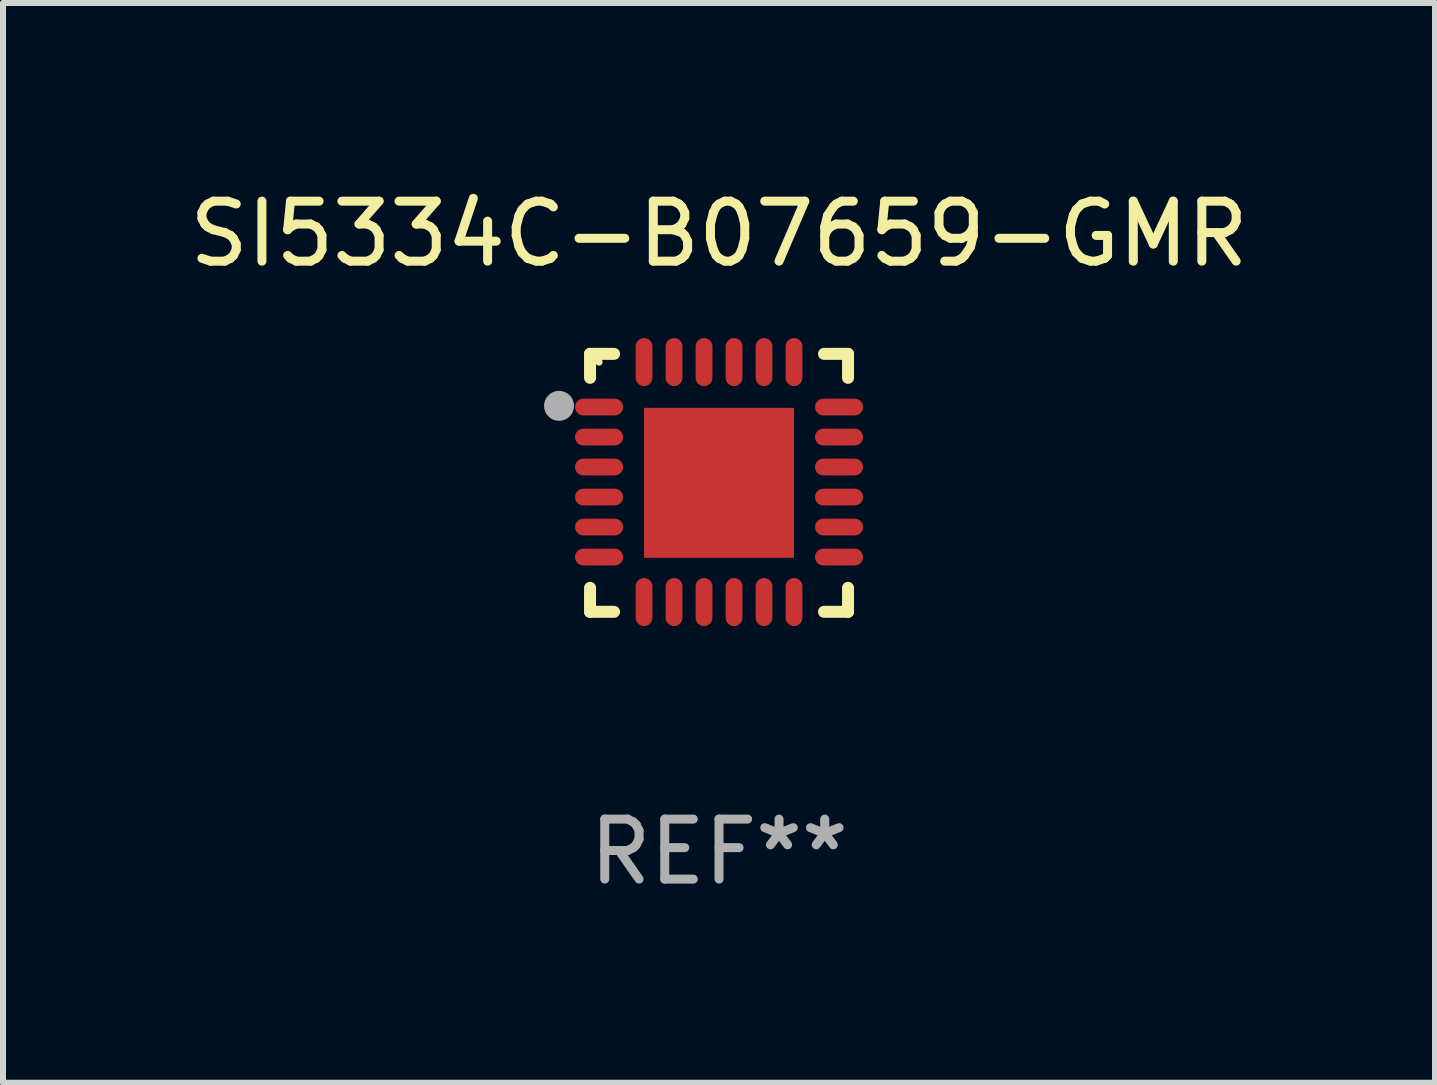
<source format=kicad_pcb>
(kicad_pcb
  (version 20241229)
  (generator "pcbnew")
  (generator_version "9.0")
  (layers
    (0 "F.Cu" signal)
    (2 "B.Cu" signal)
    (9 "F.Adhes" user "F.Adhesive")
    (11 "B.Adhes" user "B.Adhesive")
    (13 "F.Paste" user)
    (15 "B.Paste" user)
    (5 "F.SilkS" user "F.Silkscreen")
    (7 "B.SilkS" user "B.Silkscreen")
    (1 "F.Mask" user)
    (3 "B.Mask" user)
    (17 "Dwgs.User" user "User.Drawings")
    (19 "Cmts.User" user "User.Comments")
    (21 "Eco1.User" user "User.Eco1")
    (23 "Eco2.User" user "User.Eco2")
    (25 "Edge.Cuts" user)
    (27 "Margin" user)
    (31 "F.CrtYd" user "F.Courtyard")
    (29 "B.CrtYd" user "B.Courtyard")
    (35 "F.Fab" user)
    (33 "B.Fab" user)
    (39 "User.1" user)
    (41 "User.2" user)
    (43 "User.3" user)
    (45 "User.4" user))
  (footprint "SI5334C-B07659-GMR"
    (layer "F.Cu")
    (at 8.935 4.998)
    (property "Reference" "SI5334C-B07659-GMR" (at 0 -4.15 0) (layer "F.SilkS") (effects (font (size 1 1) (thickness 0.15))))
    (attr through_hole)
    (fp_line (start -2.15 -2.15) (end -1.75 -2.15) (stroke (width 0.2) (type solid)) (layer "F.SilkS"))
    (fp_line (start -2.15 -1.75) (end -2.15 -2.15) (stroke (width 0.2) (type solid)) (layer "F.SilkS"))
    (fp_line (start -2.15 2.15) (end -2.15 1.75) (stroke (width 0.2) (type solid)) (layer "F.SilkS"))
    (fp_line (start -1.75 2.15) (end -2.15 2.15) (stroke (width 0.2) (type solid)) (layer "F.SilkS"))
    (fp_line (start 1.75 -2.15) (end 2.15 -2.15) (stroke (width 0.2) (type solid)) (layer "F.SilkS"))
    (fp_line (start 1.75 2.15) (end 2.15 2.15) (stroke (width 0.2) (type solid)) (layer "F.SilkS"))
    (fp_line (start 2.15 -2.15) (end 2.15 -1.75) (stroke (width 0.2) (type solid)) (layer "F.SilkS"))
    (fp_line (start 2.15 2.15) (end 2.15 1.75) (stroke (width 0.2) (type solid)) (layer "F.SilkS"))
    (fp_circle (center -2 -2.013) (end -1.97 -2.013) (stroke (width 0.06) (type solid)) (fill no) (layer "F.SilkS"))
    (fp_circle (center -2.667 -1.283) (end -2.542 -1.283) (stroke (width 0.25) (type solid)) (fill no) (layer "F.Fab"))
    (fp_text user "REF**" (at 0 6.15 0) (layer "F.Fab") (effects (font (size 1 1) (thickness 0.15))))
    (pad "1" smd oval (at -2 -1.263) (size 0.8 0.28) (layers "F.Cu" "F.Mask" "F.Paste"))
    (pad "2" smd oval (at -2 -0.763) (size 0.8 0.28) (layers "F.Cu" "F.Mask" "F.Paste"))
    (pad "3" smd oval (at -2 -0.263) (size 0.8 0.28) (layers "F.Cu" "F.Mask" "F.Paste"))
    (pad "4" smd oval (at -2 0.237) (size 0.8 0.28) (layers "F.Cu" "F.Mask" "F.Paste"))
    (pad "5" smd oval (at -2 0.737) (size 0.8 0.28) (layers "F.Cu" "F.Mask" "F.Paste"))
    (pad "6" smd oval (at -2 1.237) (size 0.8 0.28) (layers "F.Cu" "F.Mask" "F.Paste"))
    (pad "7" smd oval (at -1.25 1.987) (size 0.28 0.8) (layers "F.Cu" "F.Mask" "F.Paste"))
    (pad "8" smd oval (at -0.75 1.987) (size 0.28 0.8) (layers "F.Cu" "F.Mask" "F.Paste"))
    (pad "9" smd oval (at -0.25 1.987) (size 0.28 0.8) (layers "F.Cu" "F.Mask" "F.Paste"))
    (pad "10" smd oval (at 0.25 1.987) (size 0.28 0.8) (layers "F.Cu" "F.Mask" "F.Paste"))
    (pad "11" smd oval (at 0.75 1.987) (size 0.28 0.8) (layers "F.Cu" "F.Mask" "F.Paste"))
    (pad "12" smd oval (at 1.25 1.987) (size 0.28 0.8) (layers "F.Cu" "F.Mask" "F.Paste"))
    (pad "13" smd oval (at 2 1.237) (size 0.8 0.28) (layers "F.Cu" "F.Mask" "F.Paste"))
    (pad "14" smd oval (at 2 0.737) (size 0.8 0.28) (layers "F.Cu" "F.Mask" "F.Paste"))
    (pad "15" smd oval (at 2 0.237) (size 0.8 0.28) (layers "F.Cu" "F.Mask" "F.Paste"))
    (pad "16" smd oval (at 2 -0.263) (size 0.8 0.28) (layers "F.Cu" "F.Mask" "F.Paste"))
    (pad "17" smd oval (at 2 -0.763) (size 0.8 0.28) (layers "F.Cu" "F.Mask" "F.Paste"))
    (pad "18" smd oval (at 2 -1.263) (size 0.8 0.28) (layers "F.Cu" "F.Mask" "F.Paste"))
    (pad "19" smd oval (at 1.25 -2.013) (size 0.28 0.8) (layers "F.Cu" "F.Mask" "F.Paste"))
    (pad "20" smd oval (at 0.75 -2.013) (size 0.28 0.8) (layers "F.Cu" "F.Mask" "F.Paste"))
    (pad "21" smd oval (at 0.25 -2.013) (size 0.28 0.8) (layers "F.Cu" "F.Mask" "F.Paste"))
    (pad "22" smd oval (at -0.25 -2.013) (size 0.28 0.8) (layers "F.Cu" "F.Mask" "F.Paste"))
    (pad "23" smd oval (at -0.75 -2.013) (size 0.28 0.8) (layers "F.Cu" "F.Mask" "F.Paste"))
    (pad "24" smd oval (at -1.25 -2.013) (size 0.28 0.8) (layers "F.Cu" "F.Mask" "F.Paste"))
    (pad "25" smd rect (at -0.000127 -0.00014) (size 2.5 2.5) (layers "F.Cu" "F.Mask" "F.Paste")))
  (gr_rect
    (start -3 -3)
    (end 20.869 14.997)
    (stroke (width 0.1) (type default))
    (fill no)
    (layer "Edge.Cuts")))
</source>
